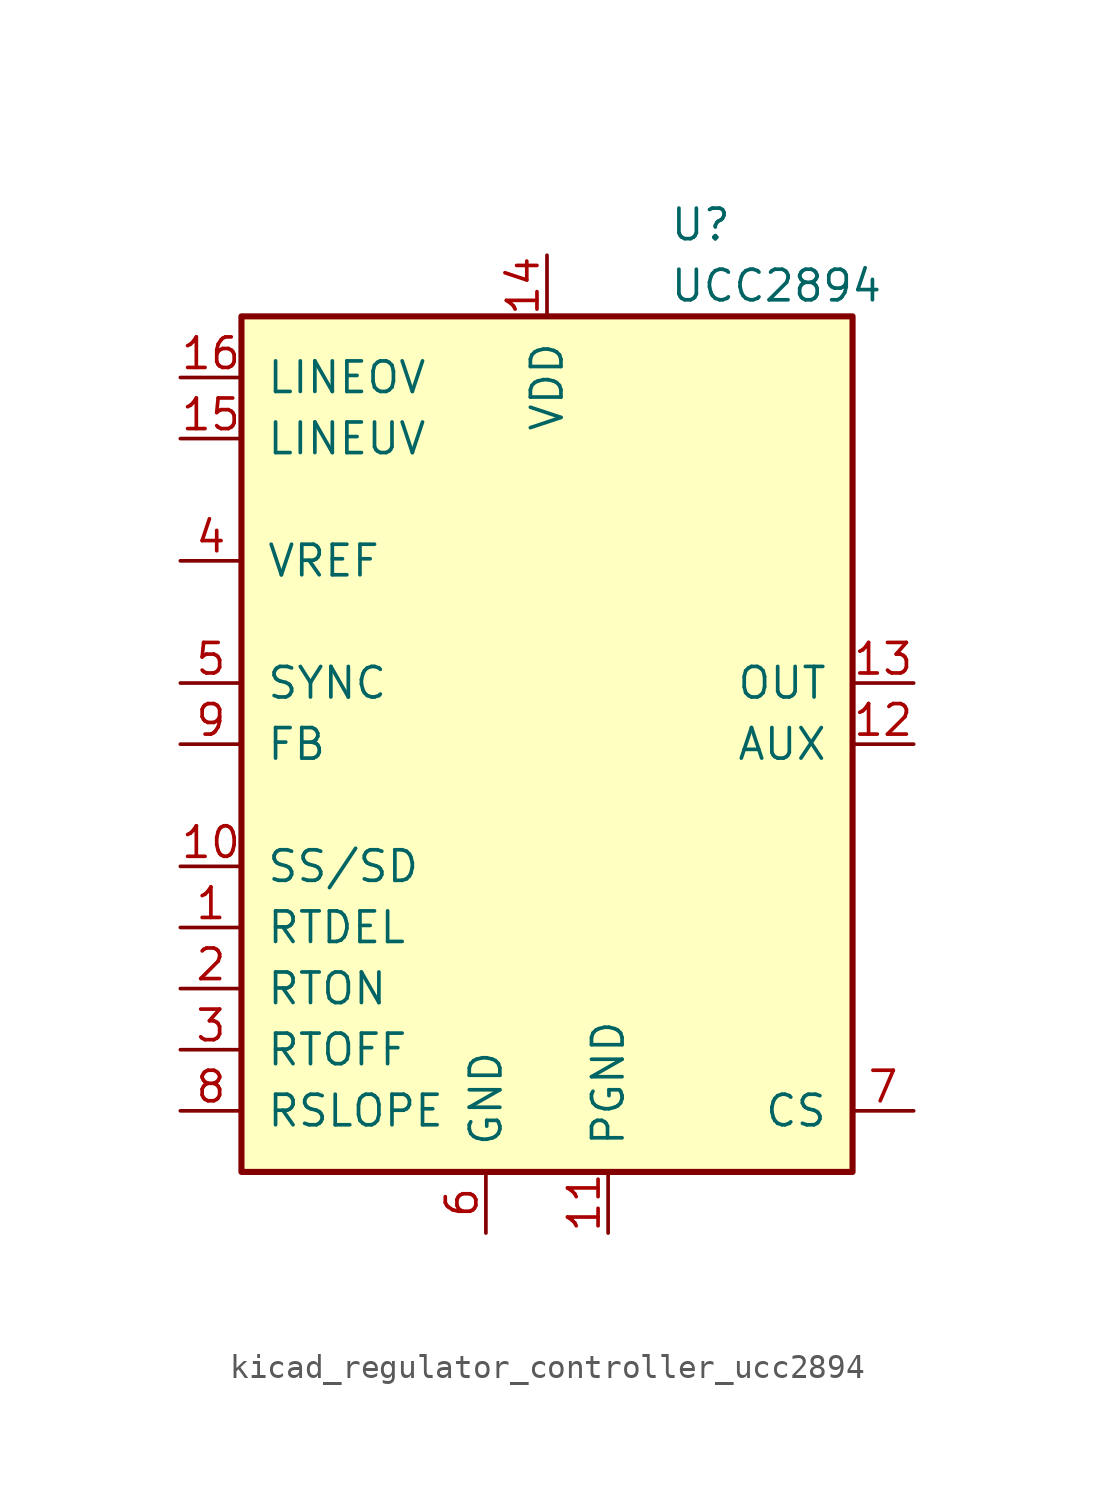
<source format=kicad_sym>
(kicad_symbol_lib
  (version 20220914)
  (generator kicad_symbol_editor)
  (symbol "kicad_regulator_controller_ucc2894"
    (pin_names
      (offset 1.016))
    (property "Reference" "U"
      (at 5.08 21.59 0)
      (effects (font (size 1.27 1.27)) (justify left)))
    (property "Value" "UCC2894"
      (at 5.08 19.05 0)
      (effects (font (size 1.27 1.27)) (justify left)))
    (symbol "kicad_regulator_controller_ucc2894_0_1"
      (rectangle (start -12.7 -17.78) (end 12.7 17.78) (stroke (width 0.254) (type default)) (fill (type background))))
    (symbol "kicad_regulator_controller_ucc2894_1_1"
      (pin passive line (at -15.24 -7.62 0) (length 2.54) (name "RTDEL" (effects (font (size 1.27 1.27)))) (number "1" (effects (font (size 1.27 1.27)))))
      (pin passive line (at -15.24 -5.08 0) (length 2.54) (name "SS/SD" (effects (font (size 1.27 1.27)))) (number "10" (effects (font (size 1.27 1.27)))))
      (pin power_in line (at 2.54 -20.32 90) (length 2.54) (name "PGND" (effects (font (size 1.27 1.27)))) (number "11" (effects (font (size 1.27 1.27)))))
      (pin output line (at 15.24 0 180) (length 2.54) (name "AUX" (effects (font (size 1.27 1.27)))) (number "12" (effects (font (size 1.27 1.27)))))
      (pin output line (at 15.24 2.54 180) (length 2.54) (name "OUT" (effects (font (size 1.27 1.27)))) (number "13" (effects (font (size 1.27 1.27)))))
      (pin power_in line (at 0 20.32 270) (length 2.54) (name "VDD" (effects (font (size 1.27 1.27)))) (number "14" (effects (font (size 1.27 1.27)))))
      (pin passive line (at -15.24 12.7 0) (length 2.54) (name "LINEUV" (effects (font (size 1.27 1.27)))) (number "15" (effects (font (size 1.27 1.27)))))
      (pin passive line (at -15.24 15.24 0) (length 2.54) (name "LINEOV" (effects (font (size 1.27 1.27)))) (number "16" (effects (font (size 1.27 1.27)))))
      (pin passive line (at -15.24 -10.16 0) (length 2.54) (name "RTON" (effects (font (size 1.27 1.27)))) (number "2" (effects (font (size 1.27 1.27)))))
      (pin passive line (at -15.24 -12.7 0) (length 2.54) (name "RTOFF" (effects (font (size 1.27 1.27)))) (number "3" (effects (font (size 1.27 1.27)))))
      (pin output line (at -15.24 7.62 0) (length 2.54) (name "VREF" (effects (font (size 1.27 1.27)))) (number "4" (effects (font (size 1.27 1.27)))))
      (pin input line (at -15.24 2.54 0) (length 2.54) (name "SYNC" (effects (font (size 1.27 1.27)))) (number "5" (effects (font (size 1.27 1.27)))))
      (pin power_in line (at -2.54 -20.32 90) (length 2.54) (name "GND" (effects (font (size 1.27 1.27)))) (number "6" (effects (font (size 1.27 1.27)))))
      (pin input line (at 15.24 -15.24 180) (length 2.54) (name "CS" (effects (font (size 1.27 1.27)))) (number "7" (effects (font (size 1.27 1.27)))))
      (pin passive line (at -15.24 -15.24 0) (length 2.54) (name "RSLOPE" (effects (font (size 1.27 1.27)))) (number "8" (effects (font (size 1.27 1.27)))))
      (pin input line (at -15.24 0 0) (length 2.54) (name "FB" (effects (font (size 1.27 1.27)))) (number "9" (effects (font (size 1.27 1.27))))))))
</source>
